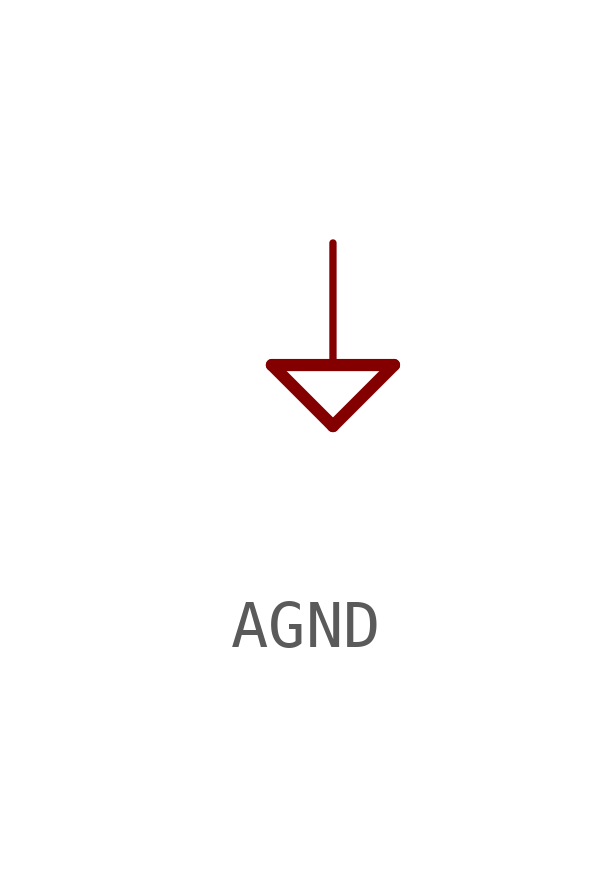
<source format=kicad_sym>
(kicad_symbol_lib
  (version 20231120)
  (generator "kicad_symbol_editor")
  (generator_version "8.0")
  (symbol "AGND"
    (power)
    (property "Reference" "#AGND"
      (at 0 0 0)
      (effects (font (size 1.27 1.27)) (hide yes)))
    (property "Value" ""
      (at -2.54 -3.81 0)
      (effects (font (size 1.778 1.778)) (justify left bottom)))
    (property "ki_locked" ""
      (at 0 0 0)
      (effects (font (size 1.27 1.27))))
    (symbol "AGND_1_0"
      (polyline (pts (xy -1.27 0) (xy 0 -1.27)) (stroke (width 0.254) (type solid)) (fill (type none)))
      (polyline (pts (xy 0 -1.27) (xy 1.27 0)) (stroke (width 0.254) (type solid)) (fill (type none)))
      (polyline (pts (xy 1.27 0) (xy -1.27 0)) (stroke (width 0.254) (type solid)) (fill (type none)))
      (pin power_in line (at 0 2.54 270) (length 2.54) (name "AGND" (effects (font (size 0 0)))) (number "1" (effects (font (size 0 0))))))))
</source>
